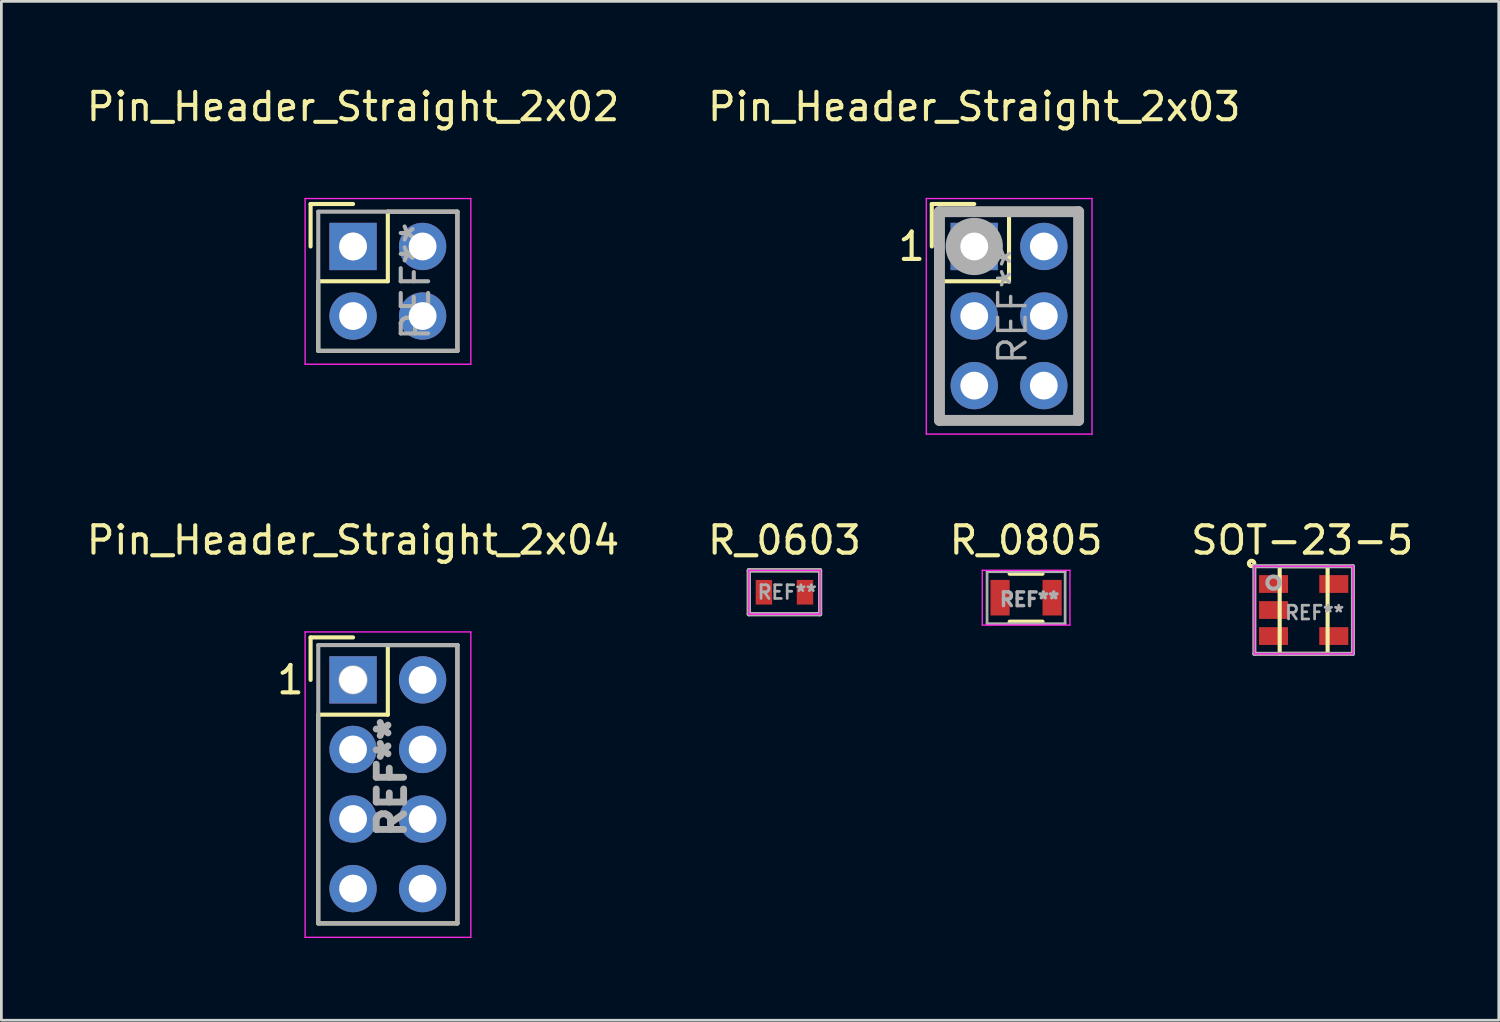
<source format=kicad_pcb>
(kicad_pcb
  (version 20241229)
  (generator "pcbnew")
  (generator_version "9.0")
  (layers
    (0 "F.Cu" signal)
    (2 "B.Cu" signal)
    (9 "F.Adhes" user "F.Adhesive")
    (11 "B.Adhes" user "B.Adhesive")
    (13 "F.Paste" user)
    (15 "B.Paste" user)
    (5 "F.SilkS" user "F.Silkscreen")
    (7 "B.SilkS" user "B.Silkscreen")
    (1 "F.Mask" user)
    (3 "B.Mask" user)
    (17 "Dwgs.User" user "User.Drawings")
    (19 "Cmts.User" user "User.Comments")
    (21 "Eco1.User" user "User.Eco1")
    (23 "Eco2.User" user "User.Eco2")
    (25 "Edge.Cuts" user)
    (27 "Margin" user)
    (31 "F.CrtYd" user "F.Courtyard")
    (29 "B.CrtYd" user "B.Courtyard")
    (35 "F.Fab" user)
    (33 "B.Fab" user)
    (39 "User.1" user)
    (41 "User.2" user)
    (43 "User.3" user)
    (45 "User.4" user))
  (footprint "Pin_Header_Straight_2x02"
    (layer "F.Cu")
    (at 9.839 5.948)
    (property "Reference" "Pin_Header_Straight_2x02" (at 0 -5.1 0) (layer "F.SilkS") (effects (font (size 1 1) (thickness 0.15))))
    (attr through_hole)
    (fp_line (start -1.55 0) (end -1.55 -1.55) (stroke (width 0.15) (type solid)) (layer "F.SilkS"))
    (fp_line (start -1.27 1.27) (end 1.27 1.27) (stroke (width 0.15) (type solid)) (layer "F.SilkS"))
    (fp_line (start -1.27 3.81) (end -1.27 1.27) (stroke (width 0.15) (type solid)) (layer "F.SilkS"))
    (fp_line (start 0 -1.55) (end -1.55 -1.55) (stroke (width 0.15) (type solid)) (layer "F.SilkS"))
    (fp_line (start 1.27 -1.27) (end 3.81 -1.27) (stroke (width 0.15) (type solid)) (layer "F.SilkS"))
    (fp_line (start 1.27 1.27) (end 1.27 -1.27) (stroke (width 0.15) (type solid)) (layer "F.SilkS"))
    (fp_line (start 3.81 -1.27) (end 3.81 3.81) (stroke (width 0.15) (type solid)) (layer "F.SilkS"))
    (fp_line (start 3.81 3.81) (end -1.27 3.81) (stroke (width 0.15) (type solid)) (layer "F.SilkS"))
    (fp_line (start -1.75 -1.75) (end -1.75 4.3) (stroke (width 0.05) (type solid)) (layer "F.CrtYd"))
    (fp_line (start -1.75 -1.75) (end 4.3 -1.75) (stroke (width 0.05) (type solid)) (layer "F.CrtYd"))
    (fp_line (start -1.75 4.3) (end 4.3 4.3) (stroke (width 0.05) (type solid)) (layer "F.CrtYd"))
    (fp_line (start 4.3 -1.75) (end 4.3 4.3) (stroke (width 0.05) (type solid)) (layer "F.CrtYd"))
    (fp_line (start -1.27 -1.27) (end 3.81 -1.27) (stroke (width 0.15) (type solid)) (layer "F.Fab"))
    (fp_line (start -1.27 3.81) (end -1.27 -1.27) (stroke (width 0.15) (type solid)) (layer "F.Fab"))
    (fp_line (start 3.81 -1.27) (end 3.81 3.81) (stroke (width 0.15) (type solid)) (layer "F.Fab"))
    (fp_line (start 3.81 3.81) (end -1.27 3.81) (stroke (width 0.15) (type solid)) (layer "F.Fab"))
    (fp_circle (center 0 0) (end 0.254 0.254) (stroke (width 0.3) (type solid)) (fill no) (layer "F.Fab"))
    (fp_text user "REF**" (at 2.286 1.27 90) (layer "F.Fab") (effects (font (size 1 1) (thickness 0.15))))
    (pad "1" thru_hole rect (at 0 0) (size 1.727 1.727) (drill 1.016) (layers "*.Cu" "*.Mask"))
    (pad "2" thru_hole oval (at 2.54 0) (size 1.727 1.727) (drill 1.016) (layers "*.Cu" "*.Mask"))
    (pad "3" thru_hole oval (at 0 2.54) (size 1.727 1.727) (drill 1.016) (layers "*.Cu" "*.Mask"))
    (pad "4" thru_hole oval (at 2.54 2.54) (size 1.727 1.727) (drill 1.016) (layers "*.Cu" "*.Mask")))
  (footprint "R_0603"
    (layer "F.Cu")
    (at 25.589 18.572)
    (property "Reference" "R_0603" (at 0 -1.9 0) (layer "F.SilkS") (effects (font (size 1 1) (thickness 0.15))))
    (attr smd)
    (fp_line (start -1.3 -0.8) (end -1.3 0.8) (stroke (width 0.15) (type solid)) (layer "F.SilkS"))
    (fp_line (start -1.3 -0.8) (end 1.3 -0.8) (stroke (width 0.15) (type solid)) (layer "F.SilkS"))
    (fp_line (start 1.3 0.8) (end -1.3 0.8) (stroke (width 0.15) (type solid)) (layer "F.SilkS"))
    (fp_line (start 1.3 0.8) (end 1.3 -0.8) (stroke (width 0.15) (type solid)) (layer "F.SilkS"))
    (fp_line (start -1.3 -0.8) (end -1.3 0.8) (stroke (width 0.05) (type solid)) (layer "F.CrtYd"))
    (fp_line (start -1.3 -0.8) (end 1.3 -0.8) (stroke (width 0.05) (type solid)) (layer "F.CrtYd"))
    (fp_line (start -1.3 0.8) (end 1.3 0.8) (stroke (width 0.05) (type solid)) (layer "F.CrtYd"))
    (fp_line (start 1.3 -0.8) (end 1.3 0.8) (stroke (width 0.05) (type solid)) (layer "F.CrtYd"))
    (fp_line (start -1.3 -0.8) (end -1.3 0.8) (stroke (width 0.15) (type solid)) (layer "F.Fab"))
    (fp_line (start 1.3 -0.8) (end -1.3 -0.8) (stroke (width 0.15) (type solid)) (layer "F.Fab"))
    (fp_line (start 1.3 0.8) (end -1.3 0.8) (stroke (width 0.15) (type solid)) (layer "F.Fab"))
    (fp_line (start 1.3 0.8) (end 1.3 -0.8) (stroke (width 0.15) (type solid)) (layer "F.Fab"))
    (fp_text user "REF**" (at 0.1 0 0) (layer "F.Fab") (effects (font (size 0.5 0.5) (thickness 0.1))))
    (pad "1" smd rect (at -0.75 0) (size 0.6 0.9) (layers "F.Cu" "F.Mask" "F.Paste"))
    (pad "2" smd rect (at 0.75 0) (size 0.6 0.9) (layers "F.Cu" "F.Mask" "F.Paste")))
  (footprint "R_0805"
    (layer "F.Cu")
    (at 34.411 18.771)
    (property "Reference" "R_0805" (at 0 -2.1 0) (layer "F.SilkS") (effects (font (size 1 1) (thickness 0.15))))
    (attr smd)
    (fp_line (start -0.6 -0.875) (end 0.6 -0.875) (stroke (width 0.15) (type solid)) (layer "F.SilkS"))
    (fp_line (start 0.6 0.875) (end -0.6 0.875) (stroke (width 0.15) (type solid)) (layer "F.SilkS"))
    (fp_line (start -1.6 -1) (end -1.6 1) (stroke (width 0.05) (type solid)) (layer "F.CrtYd"))
    (fp_line (start -1.6 -1) (end 1.6 -1) (stroke (width 0.05) (type solid)) (layer "F.CrtYd"))
    (fp_line (start -1.6 1) (end 1.6 1) (stroke (width 0.05) (type solid)) (layer "F.CrtYd"))
    (fp_line (start 1.6 -1) (end 1.6 1) (stroke (width 0.05) (type solid)) (layer "F.CrtYd"))
    (fp_line (start -1.425 -0.95) (end 1.425 -0.95) (stroke (width 0.1) (type solid)) (layer "F.Fab"))
    (fp_line (start -1.425 0.95) (end -1.425 -0.95) (stroke (width 0.1) (type solid)) (layer "F.Fab"))
    (fp_line (start 1.425 -0.95) (end 1.425 0.95) (stroke (width 0.1) (type solid)) (layer "F.Fab"))
    (fp_line (start 1.425 0.95) (end -1.425 0.95) (stroke (width 0.1) (type solid)) (layer "F.Fab"))
    (fp_text user "REF**" (at 0.127 0.064 0) (layer "F.Fab") (effects (font (size 0.5 0.5) (thickness 0.125))))
    (pad "1" smd rect (at -0.95 0) (size 0.7 1.3) (layers "F.Cu" "F.Mask" "F.Paste"))
    (pad "2" smd rect (at 0.95 0) (size 0.7 1.3) (layers "F.Cu" "F.Mask" "F.Paste")))
  (footprint "SOT-23-5"
    (layer "F.Cu")
    (at 44.544 19.221)
    (property "Reference" "SOT-23-5" (at -0.05 -2.55 0) (layer "F.SilkS") (effects (font (size 1 1) (thickness 0.15))))
    (attr smd)
    (fp_line (start -0.875 -1.6) (end -0.875 1.6) (stroke (width 0.15) (type solid)) (layer "F.SilkS"))
    (fp_line (start -0.875 1.6) (end 0.875 1.6) (stroke (width 0.15) (type solid)) (layer "F.SilkS"))
    (fp_line (start 0.875 -1.6) (end -0.875 -1.6) (stroke (width 0.15) (type solid)) (layer "F.SilkS"))
    (fp_line (start 0.875 1.6) (end 0.875 -1.6) (stroke (width 0.15) (type solid)) (layer "F.SilkS"))
    (fp_circle (center -1.9 -1.7) (end -1.8 -1.7) (stroke (width 0.15) (type solid)) (fill no) (layer "F.SilkS"))
    (fp_line (start -1.8 -1.6) (end 1.8 -1.6) (stroke (width 0.05) (type solid)) (layer "F.CrtYd"))
    (fp_line (start -1.8 1.6) (end -1.8 -1.6) (stroke (width 0.05) (type solid)) (layer "F.CrtYd"))
    (fp_line (start 1.8 -1.6) (end 1.8 1.6) (stroke (width 0.05) (type solid)) (layer "F.CrtYd"))
    (fp_line (start 1.8 1.6) (end -1.8 1.6) (stroke (width 0.05) (type solid)) (layer "F.CrtYd"))
    (fp_line (start -1.8 -1.6) (end 1.8 -1.6) (stroke (width 0.15) (type solid)) (layer "F.Fab"))
    (fp_line (start -1.8 1.6) (end -1.8 -1.6) (stroke (width 0.15) (type solid)) (layer "F.Fab"))
    (fp_line (start 1.8 -1.6) (end 1.8 1.6) (stroke (width 0.15) (type solid)) (layer "F.Fab"))
    (fp_line (start 1.8 1.6) (end -1.8 1.6) (stroke (width 0.15) (type solid)) (layer "F.Fab"))
    (fp_circle (center -1.1 -1) (end -0.9 -0.9) (stroke (width 0.15) (type solid)) (fill no) (layer "F.Fab"))
    (fp_text user "REF**" (at 0.4 0.1 0) (layer "F.Fab") (effects (font (size 0.5 0.5) (thickness 0.1))))
    (pad "1" smd rect (at -1.1 -0.95) (size 1.06 0.65) (layers "F.Cu" "F.Mask" "F.Paste"))
    (pad "2" smd rect (at -1.1 0) (size 1.06 0.65) (layers "F.Cu" "F.Mask" "F.Paste"))
    (pad "3" smd rect (at -1.1 0.95) (size 1.06 0.65) (layers "F.Cu" "F.Mask" "F.Paste"))
    (pad "4" smd rect (at 1.1 0.95) (size 1.06 0.65) (layers "F.Cu" "F.Mask" "F.Paste"))
    (pad "5" smd rect (at 1.1 -0.95) (size 1.06 0.65) (layers "F.Cu" "F.Mask" "F.Paste")))
  (footprint "Pin_Header_Straight_2x03"
    (layer "F.Cu")
    (at 32.518 5.948)
    (property "Reference" "Pin_Header_Straight_2x03" (at 0 -5.1 0) (layer "F.SilkS") (effects (font (size 1 1) (thickness 0.15))))
    (attr through_hole)
    (fp_line (start -1.55 -1.55) (end -1.55 0) (stroke (width 0.15) (type solid)) (layer "F.SilkS"))
    (fp_line (start -1.55 -1.55) (end 0 -1.55) (stroke (width 0.15) (type solid)) (layer "F.SilkS"))
    (fp_line (start -1.27 1.27) (end -1.27 6.35) (stroke (width 0.15) (type solid)) (layer "F.SilkS"))
    (fp_line (start -1.27 6.35) (end 3.81 6.35) (stroke (width 0.15) (type solid)) (layer "F.SilkS"))
    (fp_line (start 1.27 -1.27) (end 1.27 1.27) (stroke (width 0.15) (type solid)) (layer "F.SilkS"))
    (fp_line (start 1.27 1.27) (end -1.27 1.27) (stroke (width 0.15) (type solid)) (layer "F.SilkS"))
    (fp_line (start 3.81 -1.27) (end 1.27 -1.27) (stroke (width 0.15) (type solid)) (layer "F.SilkS"))
    (fp_line (start 3.81 1.27) (end 3.81 -1.27) (stroke (width 0.15) (type solid)) (layer "F.SilkS"))
    (fp_line (start 3.81 6.35) (end 3.81 1.27) (stroke (width 0.15) (type solid)) (layer "F.SilkS"))
    (fp_line (start -1.75 -1.75) (end -1.75 6.85) (stroke (width 0.05) (type solid)) (layer "F.CrtYd"))
    (fp_line (start -1.75 -1.75) (end 4.3 -1.75) (stroke (width 0.05) (type solid)) (layer "F.CrtYd"))
    (fp_line (start -1.75 6.85) (end 4.3 6.85) (stroke (width 0.05) (type solid)) (layer "F.CrtYd"))
    (fp_line (start 4.3 -1.75) (end 4.3 6.85) (stroke (width 0.05) (type solid)) (layer "F.CrtYd"))
    (fp_line (start -1.27 -1.27) (end 3.81 -1.27) (stroke (width 0.4) (type solid)) (layer "F.Fab"))
    (fp_line (start -1.27 6.35) (end -1.27 -1.27) (stroke (width 0.4) (type solid)) (layer "F.Fab"))
    (fp_line (start 3.81 -1.27) (end 3.81 6.35) (stroke (width 0.4) (type solid)) (layer "F.Fab"))
    (fp_line (start 3.81 6.35) (end -1.27 6.35) (stroke (width 0.4) (type solid)) (layer "F.Fab"))
    (fp_circle (center 0 0) (end 0.254 0.127) (stroke (width 0.762) (type solid)) (fill no) (layer "F.Fab"))
    (fp_text user "1" (at -2.286 0 0) (layer "F.SilkS") (effects (font (size 1 1) (thickness 0.15))))
    (fp_text user "REF**" (at 1.397 2.159 90) (layer "F.Fab") (effects (font (size 1 1) (thickness 0.125))))
    (pad "1" thru_hole rect (at 0 0) (size 1.727 1.727) (drill 1.016) (layers "*.Cu" "*.Mask"))
    (pad "2" thru_hole oval (at 2.54 0) (size 1.727 1.727) (drill 1.016) (layers "*.Cu" "*.Mask"))
    (pad "3" thru_hole oval (at 0 2.54) (size 1.727 1.727) (drill 1.016) (layers "*.Cu" "*.Mask"))
    (pad "4" thru_hole oval (at 2.54 2.54) (size 1.727 1.727) (drill 1.016) (layers "*.Cu" "*.Mask"))
    (pad "5" thru_hole oval (at 0 5.08) (size 1.727 1.727) (drill 1.016) (layers "*.Cu" "*.Mask"))
    (pad "6" thru_hole oval (at 2.54 5.08) (size 1.727 1.727) (drill 1.016) (layers "*.Cu" "*.Mask")))
  (footprint "Pin_Header_Straight_2x04"
    (layer "F.Cu")
    (at 9.839 21.771)
    (property "Reference" "Pin_Header_Straight_2x04" (at 0 -5.1 0) (layer "F.SilkS") (effects (font (size 1 1) (thickness 0.15))))
    (attr through_hole)
    (fp_line (start -1.55 -1.55) (end -1.55 0) (stroke (width 0.15) (type solid)) (layer "F.SilkS"))
    (fp_line (start -1.27 1.27) (end -1.27 8.89) (stroke (width 0.15) (type solid)) (layer "F.SilkS"))
    (fp_line (start -1.27 8.89) (end 3.81 8.89) (stroke (width 0.15) (type solid)) (layer "F.SilkS"))
    (fp_line (start 0 -1.55) (end -1.55 -1.55) (stroke (width 0.15) (type solid)) (layer "F.SilkS"))
    (fp_line (start 1.27 -1.27) (end 1.27 1.27) (stroke (width 0.15) (type solid)) (layer "F.SilkS"))
    (fp_line (start 1.27 1.27) (end -1.27 1.27) (stroke (width 0.15) (type solid)) (layer "F.SilkS"))
    (fp_line (start 3.81 -1.27) (end 1.27 -1.27) (stroke (width 0.15) (type solid)) (layer "F.SilkS"))
    (fp_line (start 3.81 8.89) (end 3.81 -1.27) (stroke (width 0.15) (type solid)) (layer "F.SilkS"))
    (fp_line (start -1.75 -1.75) (end -1.75 9.4) (stroke (width 0.05) (type solid)) (layer "F.CrtYd"))
    (fp_line (start -1.75 -1.75) (end 4.3 -1.75) (stroke (width 0.05) (type solid)) (layer "F.CrtYd"))
    (fp_line (start -1.75 9.4) (end 4.3 9.4) (stroke (width 0.05) (type solid)) (layer "F.CrtYd"))
    (fp_line (start 4.3 -1.75) (end 4.3 9.4) (stroke (width 0.05) (type solid)) (layer "F.CrtYd"))
    (fp_line (start -1.27 -1.27) (end 3.81 -1.27) (stroke (width 0.15) (type solid)) (layer "F.Fab"))
    (fp_line (start -1.27 8.89) (end -1.27 -1.27) (stroke (width 0.15) (type solid)) (layer "F.Fab"))
    (fp_line (start 3.81 -1.27) (end 3.81 8.89) (stroke (width 0.15) (type solid)) (layer "F.Fab"))
    (fp_line (start 3.81 8.89) (end -1.27 8.89) (stroke (width 0.15) (type solid)) (layer "F.Fab"))
    (fp_circle (center 0 0) (end 0.254 0.127) (stroke (width 0.5) (type solid)) (fill no) (layer "F.Fab"))
    (fp_text user "1" (at -2.286 0 0) (layer "F.SilkS") (effects (font (size 1 1) (thickness 0.15))))
    (fp_text user "REF**" (at 1.397 3.556 90) (layer "F.Fab") (effects (font (size 1 1) (thickness 0.25))))
    (pad "1" thru_hole rect (at 0 0) (size 1.727 1.727) (drill 1.016) (layers "*.Cu" "*.Mask"))
    (pad "2" thru_hole oval (at 2.54 0) (size 1.727 1.727) (drill 1.016) (layers "*.Cu" "*.Mask"))
    (pad "3" thru_hole oval (at 0 2.54) (size 1.727 1.727) (drill 1.016) (layers "*.Cu" "*.Mask"))
    (pad "4" thru_hole oval (at 2.54 2.54) (size 1.727 1.727) (drill 1.016) (layers "*.Cu" "*.Mask"))
    (pad "5" thru_hole oval (at 0 5.08) (size 1.727 1.727) (drill 1.016) (layers "*.Cu" "*.Mask"))
    (pad "6" thru_hole oval (at 2.54 5.08) (size 1.727 1.727) (drill 1.016) (layers "*.Cu" "*.Mask"))
    (pad "7" thru_hole oval (at 0 7.62) (size 1.727 1.727) (drill 1.016) (layers "*.Cu" "*.Mask"))
    (pad "8" thru_hole oval (at 2.54 7.62) (size 1.727 1.727) (drill 1.016) (layers "*.Cu" "*.Mask")))
  (gr_rect
    (start -3 -3)
    (end 51.667 34.197)
    (stroke (width 0.1) (type default))
    (fill no)
    (layer "Edge.Cuts")))
</source>
